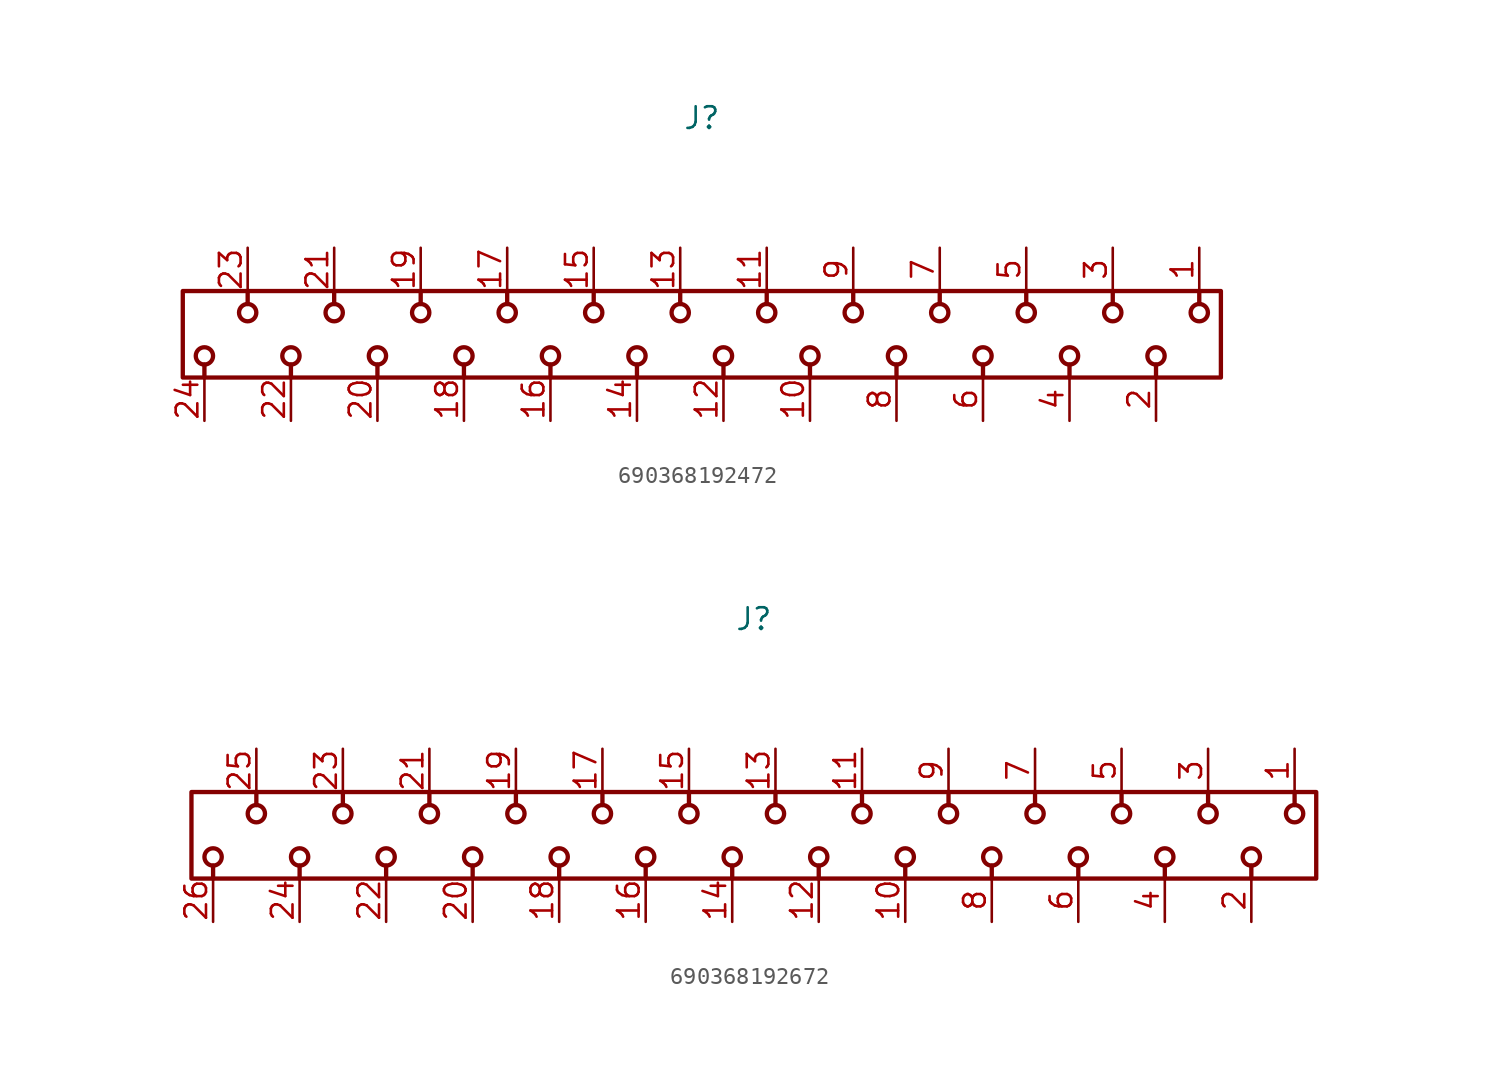
<source format=kicad_sym>
(kicad_symbol_lib
  (version 20241209)
  (generator "kicad_symbol_editor")
  (generator_version "9.0")
  (symbol "690368192472"
    (pin_names
      (hide yes))
    (property "Reference" "J"
      (at 0 12.7 0)
      (effects (font (size 1.27 1.27))))
    (symbol "690368192472_1_1"
      (rectangle (start -30.48 2.54) (end 30.48 -2.54) (stroke (width 0.254) (type solid)) (fill (type none)))
      (circle (center -29.21 -1.27) (radius 0.508) (stroke (width 0.254) (type solid)) (fill (type none)))
      (polyline (pts (xy -29.21 -1.778) (xy -29.21 -2.54)) (stroke (width 0.254) (type solid)) (fill (type none)))
      (polyline (pts (xy -26.67 1.778) (xy -26.67 2.54)) (stroke (width 0.254) (type solid)) (fill (type none)))
      (circle (center -26.67 1.27) (radius 0.508) (stroke (width 0.254) (type solid)) (fill (type none)))
      (circle (center -24.13 -1.27) (radius 0.508) (stroke (width 0.254) (type solid)) (fill (type none)))
      (polyline (pts (xy -24.13 -1.778) (xy -24.13 -2.54)) (stroke (width 0.254) (type solid)) (fill (type none)))
      (polyline (pts (xy -21.59 1.778) (xy -21.59 2.54)) (stroke (width 0.254) (type solid)) (fill (type none)))
      (circle (center -21.59 1.27) (radius 0.508) (stroke (width 0.254) (type solid)) (fill (type none)))
      (circle (center -19.05 -1.27) (radius 0.508) (stroke (width 0.254) (type solid)) (fill (type none)))
      (polyline (pts (xy -19.05 -1.778) (xy -19.05 -2.54)) (stroke (width 0.254) (type solid)) (fill (type none)))
      (polyline (pts (xy -16.51 1.778) (xy -16.51 2.54)) (stroke (width 0.254) (type solid)) (fill (type none)))
      (circle (center -16.51 1.27) (radius 0.508) (stroke (width 0.254) (type solid)) (fill (type none)))
      (circle (center -13.97 -1.27) (radius 0.508) (stroke (width 0.254) (type solid)) (fill (type none)))
      (polyline (pts (xy -13.97 -1.778) (xy -13.97 -2.54)) (stroke (width 0.254) (type solid)) (fill (type none)))
      (polyline (pts (xy -11.43 1.778) (xy -11.43 2.54)) (stroke (width 0.254) (type solid)) (fill (type none)))
      (circle (center -11.43 1.27) (radius 0.508) (stroke (width 0.254) (type solid)) (fill (type none)))
      (circle (center -8.89 -1.27) (radius 0.508) (stroke (width 0.254) (type solid)) (fill (type none)))
      (polyline (pts (xy -8.89 -1.778) (xy -8.89 -2.54)) (stroke (width 0.254) (type solid)) (fill (type none)))
      (polyline (pts (xy -6.35 1.778) (xy -6.35 2.54)) (stroke (width 0.254) (type solid)) (fill (type none)))
      (circle (center -6.35 1.27) (radius 0.508) (stroke (width 0.254) (type solid)) (fill (type none)))
      (circle (center -3.81 -1.27) (radius 0.508) (stroke (width 0.254) (type solid)) (fill (type none)))
      (polyline (pts (xy -3.81 -1.778) (xy -3.81 -2.54)) (stroke (width 0.254) (type solid)) (fill (type none)))
      (polyline (pts (xy -1.27 1.778) (xy -1.27 2.54)) (stroke (width 0.254) (type solid)) (fill (type none)))
      (circle (center -1.27 1.27) (radius 0.508) (stroke (width 0.254) (type solid)) (fill (type none)))
      (circle (center 1.27 -1.27) (radius 0.508) (stroke (width 0.254) (type solid)) (fill (type none)))
      (polyline (pts (xy 1.27 -1.778) (xy 1.27 -2.54)) (stroke (width 0.254) (type solid)) (fill (type none)))
      (polyline (pts (xy 3.81 1.778) (xy 3.81 2.54)) (stroke (width 0.254) (type solid)) (fill (type none)))
      (circle (center 3.81 1.27) (radius 0.508) (stroke (width 0.254) (type solid)) (fill (type none)))
      (circle (center 6.35 -1.27) (radius 0.508) (stroke (width 0.254) (type solid)) (fill (type none)))
      (polyline (pts (xy 6.35 -1.778) (xy 6.35 -2.54)) (stroke (width 0.254) (type solid)) (fill (type none)))
      (polyline (pts (xy 8.89 1.778) (xy 8.89 2.54)) (stroke (width 0.254) (type solid)) (fill (type none)))
      (circle (center 8.89 1.27) (radius 0.508) (stroke (width 0.254) (type solid)) (fill (type none)))
      (circle (center 11.43 -1.27) (radius 0.508) (stroke (width 0.254) (type solid)) (fill (type none)))
      (polyline (pts (xy 11.43 -1.778) (xy 11.43 -2.54)) (stroke (width 0.254) (type solid)) (fill (type none)))
      (polyline (pts (xy 13.97 1.778) (xy 13.97 2.54)) (stroke (width 0.254) (type solid)) (fill (type none)))
      (circle (center 13.97 1.27) (radius 0.508) (stroke (width 0.254) (type solid)) (fill (type none)))
      (circle (center 16.51 -1.27) (radius 0.508) (stroke (width 0.254) (type solid)) (fill (type none)))
      (polyline (pts (xy 16.51 -1.778) (xy 16.51 -2.54)) (stroke (width 0.254) (type solid)) (fill (type none)))
      (polyline (pts (xy 19.05 1.778) (xy 19.05 2.54)) (stroke (width 0.254) (type solid)) (fill (type none)))
      (circle (center 19.05 1.27) (radius 0.508) (stroke (width 0.254) (type solid)) (fill (type none)))
      (circle (center 21.59 -1.27) (radius 0.508) (stroke (width 0.254) (type solid)) (fill (type none)))
      (polyline (pts (xy 21.59 -1.778) (xy 21.59 -2.54)) (stroke (width 0.254) (type solid)) (fill (type none)))
      (polyline (pts (xy 24.13 1.778) (xy 24.13 2.54)) (stroke (width 0.254) (type solid)) (fill (type none)))
      (circle (center 24.13 1.27) (radius 0.508) (stroke (width 0.254) (type solid)) (fill (type none)))
      (circle (center 26.67 -1.27) (radius 0.508) (stroke (width 0.254) (type solid)) (fill (type none)))
      (polyline (pts (xy 26.67 -1.778) (xy 26.67 -2.54)) (stroke (width 0.254) (type solid)) (fill (type none)))
      (polyline (pts (xy 29.21 1.778) (xy 29.21 2.54)) (stroke (width 0.254) (type solid)) (fill (type none)))
      (circle (center 29.21 1.27) (radius 0.508) (stroke (width 0.254) (type solid)) (fill (type none)))
      (pin passive line (at -29.21 -5.08 90) (length 2.54) (name "24" (effects (font (size 1.27 1.27)))) (number "24" (effects (font (size 1.27 1.27)))))
      (pin passive line (at -26.67 5.08 270) (length 2.54) (name "23" (effects (font (size 1.27 1.27)))) (number "23" (effects (font (size 1.27 1.27)))))
      (pin passive line (at -24.13 -5.08 90) (length 2.54) (name "22" (effects (font (size 1.27 1.27)))) (number "22" (effects (font (size 1.27 1.27)))))
      (pin passive line (at -21.59 5.08 270) (length 2.54) (name "21" (effects (font (size 1.27 1.27)))) (number "21" (effects (font (size 1.27 1.27)))))
      (pin passive line (at -19.05 -5.08 90) (length 2.54) (name "20" (effects (font (size 1.27 1.27)))) (number "20" (effects (font (size 1.27 1.27)))))
      (pin passive line (at -16.51 5.08 270) (length 2.54) (name "19" (effects (font (size 1.27 1.27)))) (number "19" (effects (font (size 1.27 1.27)))))
      (pin passive line (at -13.97 -5.08 90) (length 2.54) (name "18" (effects (font (size 1.27 1.27)))) (number "18" (effects (font (size 1.27 1.27)))))
      (pin passive line (at -11.43 5.08 270) (length 2.54) (name "17" (effects (font (size 1.27 1.27)))) (number "17" (effects (font (size 1.27 1.27)))))
      (pin passive line (at -8.89 -5.08 90) (length 2.54) (name "16" (effects (font (size 1.27 1.27)))) (number "16" (effects (font (size 1.27 1.27)))))
      (pin passive line (at -6.35 5.08 270) (length 2.54) (name "15" (effects (font (size 1.27 1.27)))) (number "15" (effects (font (size 1.27 1.27)))))
      (pin passive line (at -3.81 -5.08 90) (length 2.54) (name "14" (effects (font (size 1.27 1.27)))) (number "14" (effects (font (size 1.27 1.27)))))
      (pin passive line (at -1.27 5.08 270) (length 2.54) (name "13" (effects (font (size 1.27 1.27)))) (number "13" (effects (font (size 1.27 1.27)))))
      (pin passive line (at 1.27 -5.08 90) (length 2.54) (name "12" (effects (font (size 1.27 1.27)))) (number "12" (effects (font (size 1.27 1.27)))))
      (pin passive line (at 3.81 5.08 270) (length 2.54) (name "11" (effects (font (size 1.27 1.27)))) (number "11" (effects (font (size 1.27 1.27)))))
      (pin passive line (at 6.35 -5.08 90) (length 2.54) (name "10" (effects (font (size 1.27 1.27)))) (number "10" (effects (font (size 1.27 1.27)))))
      (pin passive line (at 8.89 5.08 270) (length 2.54) (name "9" (effects (font (size 1.27 1.27)))) (number "9" (effects (font (size 1.27 1.27)))))
      (pin passive line (at 11.43 -5.08 90) (length 2.54) (name "8" (effects (font (size 1.27 1.27)))) (number "8" (effects (font (size 1.27 1.27)))))
      (pin passive line (at 13.97 5.08 270) (length 2.54) (name "7" (effects (font (size 1.27 1.27)))) (number "7" (effects (font (size 1.27 1.27)))))
      (pin passive line (at 16.51 -5.08 90) (length 2.54) (name "6" (effects (font (size 1.27 1.27)))) (number "6" (effects (font (size 1.27 1.27)))))
      (pin passive line (at 19.05 5.08 270) (length 2.54) (name "5" (effects (font (size 1.27 1.27)))) (number "5" (effects (font (size 1.27 1.27)))))
      (pin passive line (at 21.59 -5.08 90) (length 2.54) (name "4" (effects (font (size 1.27 1.27)))) (number "4" (effects (font (size 1.27 1.27)))))
      (pin passive line (at 24.13 5.08 270) (length 2.54) (name "3" (effects (font (size 1.27 1.27)))) (number "3" (effects (font (size 1.27 1.27)))))
      (pin passive line (at 26.67 -5.08 90) (length 2.54) (name "2" (effects (font (size 1.27 1.27)))) (number "2" (effects (font (size 1.27 1.27)))))
      (pin passive line (at 29.21 5.08 270) (length 2.54) (name "1" (effects (font (size 1.27 1.27)))) (number "1" (effects (font (size 1.27 1.27)))))))
  (symbol "690368192672"
    (pin_names
      (hide yes))
    (property "Reference" "J"
      (at 0 12.7 0)
      (effects (font (size 1.27 1.27))))
    (symbol "690368192672_1_1"
      (rectangle (start -33.02 2.54) (end 33.02 -2.54) (stroke (width 0.254) (type solid)) (fill (type none)))
      (circle (center -31.75 -1.27) (radius 0.508) (stroke (width 0.254) (type solid)) (fill (type none)))
      (polyline (pts (xy -31.75 -1.778) (xy -31.75 -2.54)) (stroke (width 0.254) (type solid)) (fill (type none)))
      (polyline (pts (xy -29.21 1.778) (xy -29.21 2.54)) (stroke (width 0.254) (type solid)) (fill (type none)))
      (circle (center -29.21 1.27) (radius 0.508) (stroke (width 0.254) (type solid)) (fill (type none)))
      (circle (center -26.67 -1.27) (radius 0.508) (stroke (width 0.254) (type solid)) (fill (type none)))
      (polyline (pts (xy -26.67 -1.778) (xy -26.67 -2.54)) (stroke (width 0.254) (type solid)) (fill (type none)))
      (polyline (pts (xy -24.13 1.778) (xy -24.13 2.54)) (stroke (width 0.254) (type solid)) (fill (type none)))
      (circle (center -24.13 1.27) (radius 0.508) (stroke (width 0.254) (type solid)) (fill (type none)))
      (circle (center -21.59 -1.27) (radius 0.508) (stroke (width 0.254) (type solid)) (fill (type none)))
      (polyline (pts (xy -21.59 -1.778) (xy -21.59 -2.54)) (stroke (width 0.254) (type solid)) (fill (type none)))
      (polyline (pts (xy -19.05 1.778) (xy -19.05 2.54)) (stroke (width 0.254) (type solid)) (fill (type none)))
      (circle (center -19.05 1.27) (radius 0.508) (stroke (width 0.254) (type solid)) (fill (type none)))
      (circle (center -16.51 -1.27) (radius 0.508) (stroke (width 0.254) (type solid)) (fill (type none)))
      (polyline (pts (xy -16.51 -1.778) (xy -16.51 -2.54)) (stroke (width 0.254) (type solid)) (fill (type none)))
      (polyline (pts (xy -13.97 1.778) (xy -13.97 2.54)) (stroke (width 0.254) (type solid)) (fill (type none)))
      (circle (center -13.97 1.27) (radius 0.508) (stroke (width 0.254) (type solid)) (fill (type none)))
      (circle (center -11.43 -1.27) (radius 0.508) (stroke (width 0.254) (type solid)) (fill (type none)))
      (polyline (pts (xy -11.43 -1.778) (xy -11.43 -2.54)) (stroke (width 0.254) (type solid)) (fill (type none)))
      (polyline (pts (xy -8.89 1.778) (xy -8.89 2.54)) (stroke (width 0.254) (type solid)) (fill (type none)))
      (circle (center -8.89 1.27) (radius 0.508) (stroke (width 0.254) (type solid)) (fill (type none)))
      (circle (center -6.35 -1.27) (radius 0.508) (stroke (width 0.254) (type solid)) (fill (type none)))
      (polyline (pts (xy -6.35 -1.778) (xy -6.35 -2.54)) (stroke (width 0.254) (type solid)) (fill (type none)))
      (polyline (pts (xy -3.81 1.778) (xy -3.81 2.54)) (stroke (width 0.254) (type solid)) (fill (type none)))
      (circle (center -3.81 1.27) (radius 0.508) (stroke (width 0.254) (type solid)) (fill (type none)))
      (circle (center -1.27 -1.27) (radius 0.508) (stroke (width 0.254) (type solid)) (fill (type none)))
      (polyline (pts (xy -1.27 -1.778) (xy -1.27 -2.54)) (stroke (width 0.254) (type solid)) (fill (type none)))
      (polyline (pts (xy 1.27 1.778) (xy 1.27 2.54)) (stroke (width 0.254) (type solid)) (fill (type none)))
      (circle (center 1.27 1.27) (radius 0.508) (stroke (width 0.254) (type solid)) (fill (type none)))
      (circle (center 3.81 -1.27) (radius 0.508) (stroke (width 0.254) (type solid)) (fill (type none)))
      (polyline (pts (xy 3.81 -1.778) (xy 3.81 -2.54)) (stroke (width 0.254) (type solid)) (fill (type none)))
      (polyline (pts (xy 6.35 1.778) (xy 6.35 2.54)) (stroke (width 0.254) (type solid)) (fill (type none)))
      (circle (center 6.35 1.27) (radius 0.508) (stroke (width 0.254) (type solid)) (fill (type none)))
      (circle (center 8.89 -1.27) (radius 0.508) (stroke (width 0.254) (type solid)) (fill (type none)))
      (polyline (pts (xy 8.89 -1.778) (xy 8.89 -2.54)) (stroke (width 0.254) (type solid)) (fill (type none)))
      (polyline (pts (xy 11.43 1.778) (xy 11.43 2.54)) (stroke (width 0.254) (type solid)) (fill (type none)))
      (circle (center 11.43 1.27) (radius 0.508) (stroke (width 0.254) (type solid)) (fill (type none)))
      (circle (center 13.97 -1.27) (radius 0.508) (stroke (width 0.254) (type solid)) (fill (type none)))
      (polyline (pts (xy 13.97 -1.778) (xy 13.97 -2.54)) (stroke (width 0.254) (type solid)) (fill (type none)))
      (polyline (pts (xy 16.51 1.778) (xy 16.51 2.54)) (stroke (width 0.254) (type solid)) (fill (type none)))
      (circle (center 16.51 1.27) (radius 0.508) (stroke (width 0.254) (type solid)) (fill (type none)))
      (circle (center 19.05 -1.27) (radius 0.508) (stroke (width 0.254) (type solid)) (fill (type none)))
      (polyline (pts (xy 19.05 -1.778) (xy 19.05 -2.54)) (stroke (width 0.254) (type solid)) (fill (type none)))
      (polyline (pts (xy 21.59 1.778) (xy 21.59 2.54)) (stroke (width 0.254) (type solid)) (fill (type none)))
      (circle (center 21.59 1.27) (radius 0.508) (stroke (width 0.254) (type solid)) (fill (type none)))
      (circle (center 24.13 -1.27) (radius 0.508) (stroke (width 0.254) (type solid)) (fill (type none)))
      (polyline (pts (xy 24.13 -1.778) (xy 24.13 -2.54)) (stroke (width 0.254) (type solid)) (fill (type none)))
      (polyline (pts (xy 26.67 1.778) (xy 26.67 2.54)) (stroke (width 0.254) (type solid)) (fill (type none)))
      (circle (center 26.67 1.27) (radius 0.508) (stroke (width 0.254) (type solid)) (fill (type none)))
      (circle (center 29.21 -1.27) (radius 0.508) (stroke (width 0.254) (type solid)) (fill (type none)))
      (polyline (pts (xy 29.21 -1.778) (xy 29.21 -2.54)) (stroke (width 0.254) (type solid)) (fill (type none)))
      (polyline (pts (xy 31.75 1.778) (xy 31.75 2.54)) (stroke (width 0.254) (type solid)) (fill (type none)))
      (circle (center 31.75 1.27) (radius 0.508) (stroke (width 0.254) (type solid)) (fill (type none)))
      (pin passive line (at -31.75 -5.08 90) (length 2.54) (name "26" (effects (font (size 1.27 1.27)))) (number "26" (effects (font (size 1.27 1.27)))))
      (pin passive line (at -29.21 5.08 270) (length 2.54) (name "25" (effects (font (size 1.27 1.27)))) (number "25" (effects (font (size 1.27 1.27)))))
      (pin passive line (at -26.67 -5.08 90) (length 2.54) (name "24" (effects (font (size 1.27 1.27)))) (number "24" (effects (font (size 1.27 1.27)))))
      (pin passive line (at -24.13 5.08 270) (length 2.54) (name "23" (effects (font (size 1.27 1.27)))) (number "23" (effects (font (size 1.27 1.27)))))
      (pin passive line (at -21.59 -5.08 90) (length 2.54) (name "22" (effects (font (size 1.27 1.27)))) (number "22" (effects (font (size 1.27 1.27)))))
      (pin passive line (at -19.05 5.08 270) (length 2.54) (name "21" (effects (font (size 1.27 1.27)))) (number "21" (effects (font (size 1.27 1.27)))))
      (pin passive line (at -16.51 -5.08 90) (length 2.54) (name "20" (effects (font (size 1.27 1.27)))) (number "20" (effects (font (size 1.27 1.27)))))
      (pin passive line (at -13.97 5.08 270) (length 2.54) (name "19" (effects (font (size 1.27 1.27)))) (number "19" (effects (font (size 1.27 1.27)))))
      (pin passive line (at -11.43 -5.08 90) (length 2.54) (name "18" (effects (font (size 1.27 1.27)))) (number "18" (effects (font (size 1.27 1.27)))))
      (pin passive line (at -8.89 5.08 270) (length 2.54) (name "17" (effects (font (size 1.27 1.27)))) (number "17" (effects (font (size 1.27 1.27)))))
      (pin passive line (at -6.35 -5.08 90) (length 2.54) (name "16" (effects (font (size 1.27 1.27)))) (number "16" (effects (font (size 1.27 1.27)))))
      (pin passive line (at -3.81 5.08 270) (length 2.54) (name "15" (effects (font (size 1.27 1.27)))) (number "15" (effects (font (size 1.27 1.27)))))
      (pin passive line (at -1.27 -5.08 90) (length 2.54) (name "14" (effects (font (size 1.27 1.27)))) (number "14" (effects (font (size 1.27 1.27)))))
      (pin passive line (at 1.27 5.08 270) (length 2.54) (name "13" (effects (font (size 1.27 1.27)))) (number "13" (effects (font (size 1.27 1.27)))))
      (pin passive line (at 3.81 -5.08 90) (length 2.54) (name "12" (effects (font (size 1.27 1.27)))) (number "12" (effects (font (size 1.27 1.27)))))
      (pin passive line (at 6.35 5.08 270) (length 2.54) (name "11" (effects (font (size 1.27 1.27)))) (number "11" (effects (font (size 1.27 1.27)))))
      (pin passive line (at 8.89 -5.08 90) (length 2.54) (name "10" (effects (font (size 1.27 1.27)))) (number "10" (effects (font (size 1.27 1.27)))))
      (pin passive line (at 11.43 5.08 270) (length 2.54) (name "9" (effects (font (size 1.27 1.27)))) (number "9" (effects (font (size 1.27 1.27)))))
      (pin passive line (at 13.97 -5.08 90) (length 2.54) (name "8" (effects (font (size 1.27 1.27)))) (number "8" (effects (font (size 1.27 1.27)))))
      (pin passive line (at 16.51 5.08 270) (length 2.54) (name "7" (effects (font (size 1.27 1.27)))) (number "7" (effects (font (size 1.27 1.27)))))
      (pin passive line (at 19.05 -5.08 90) (length 2.54) (name "6" (effects (font (size 1.27 1.27)))) (number "6" (effects (font (size 1.27 1.27)))))
      (pin passive line (at 21.59 5.08 270) (length 2.54) (name "5" (effects (font (size 1.27 1.27)))) (number "5" (effects (font (size 1.27 1.27)))))
      (pin passive line (at 24.13 -5.08 90) (length 2.54) (name "4" (effects (font (size 1.27 1.27)))) (number "4" (effects (font (size 1.27 1.27)))))
      (pin passive line (at 26.67 5.08 270) (length 2.54) (name "3" (effects (font (size 1.27 1.27)))) (number "3" (effects (font (size 1.27 1.27)))))
      (pin passive line (at 29.21 -5.08 90) (length 2.54) (name "2" (effects (font (size 1.27 1.27)))) (number "2" (effects (font (size 1.27 1.27)))))
      (pin passive line (at 31.75 5.08 270) (length 2.54) (name "1" (effects (font (size 1.27 1.27)))) (number "1" (effects (font (size 1.27 1.27))))))))
</source>
